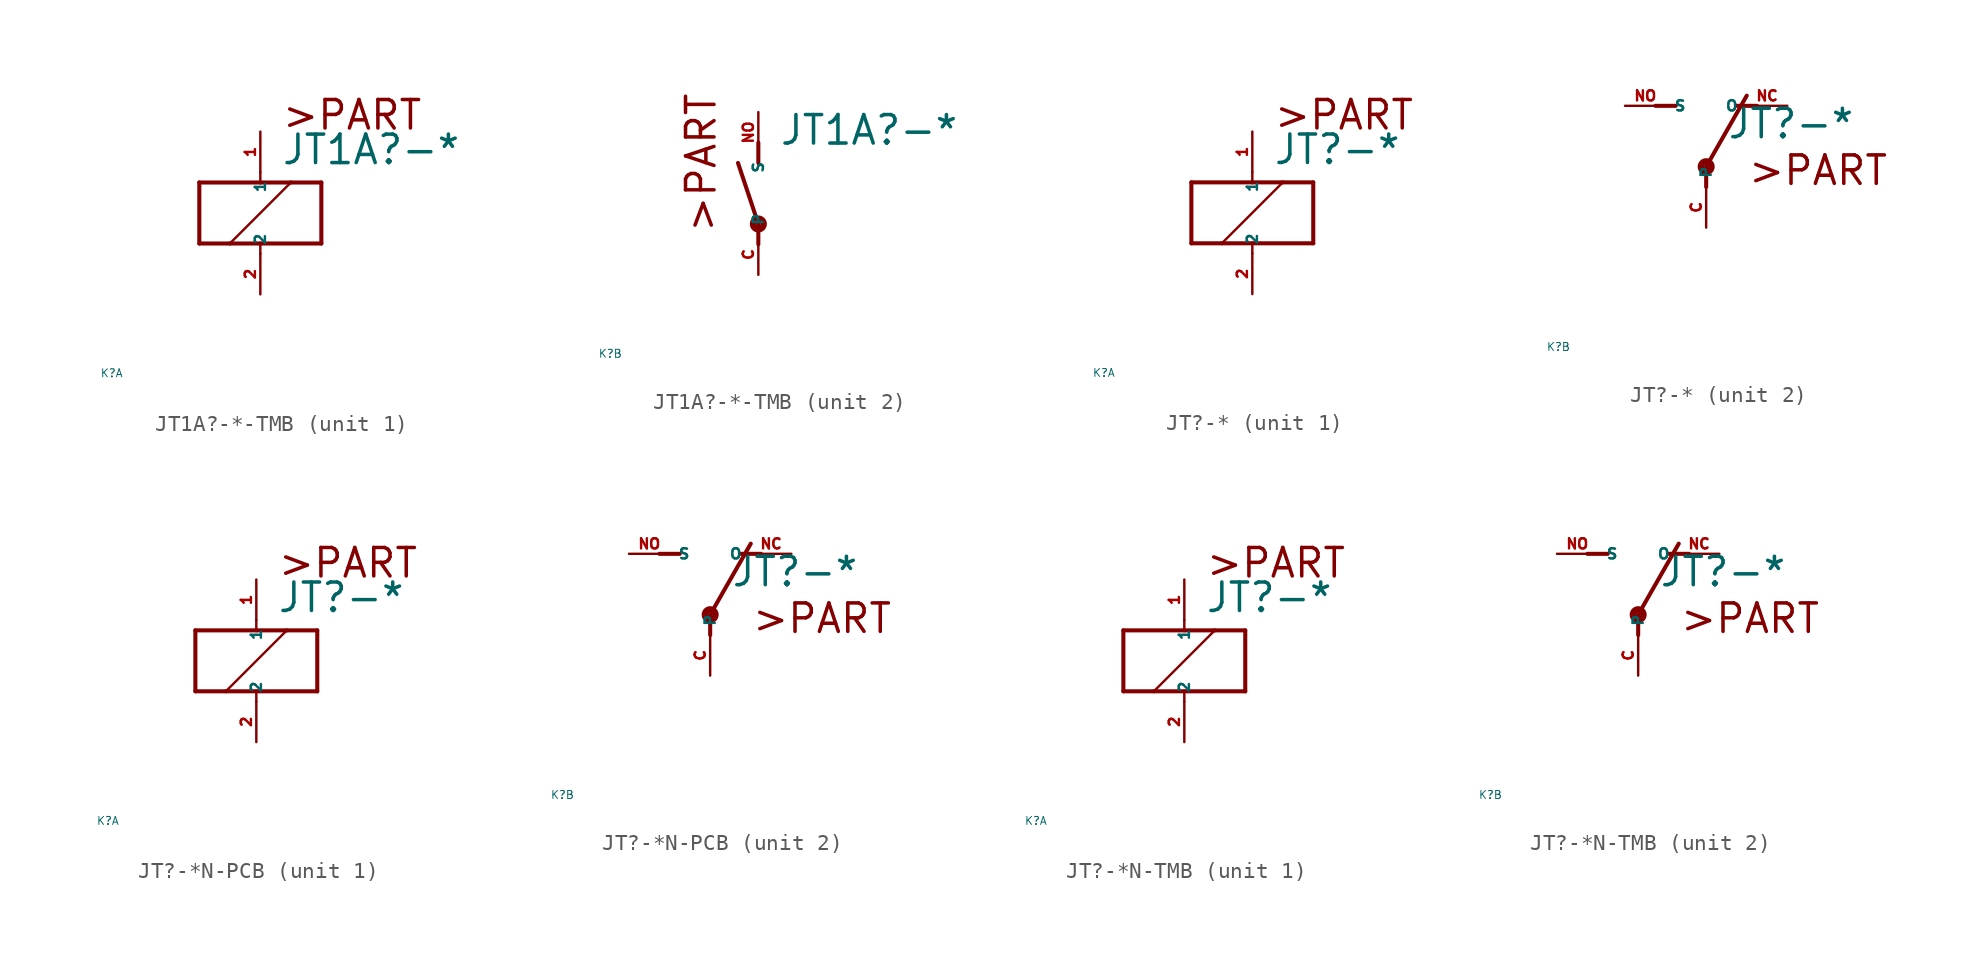
<source format=kicad_sym>
(kicad_symbol_lib
  (version 20220914)
  (generator Eagle2Kicad)
  (symbol "JT1A?-*-TMB"
    (property "Reference" "K"
      (at -10 -10 0)
      (effects (font (size 0.5 0.5) (thickness 0.06)) (justify left)))
    (property "Value" "JT1A?-*"
      (at 1.27 2.921 0)
      (effects (font (size 1.778 1.778) (thickness 0.22)) (justify left bottom)))
    (symbol "JT1A?-*-TMB_1_0"
      (polyline (pts (xy -3.81 -1.905) (xy -1.905 -1.905)) (stroke (width 0.254) (type default)) (fill (type none)))
      (polyline (pts (xy 3.81 -1.905) (xy 3.81 1.905)) (stroke (width 0.254) (type default)) (fill (type none)))
      (polyline (pts (xy 3.81 1.905) (xy 1.905 1.905)) (stroke (width 0.254) (type default)) (fill (type none)))
      (polyline (pts (xy -3.81 1.905) (xy -3.81 -1.905)) (stroke (width 0.254) (type default)) (fill (type none)))
      (polyline (pts (xy 0 -2.54) (xy 0 -1.905)) (stroke (width 0.152) (type default)) (fill (type none)))
      (polyline (pts (xy 0 -1.905) (xy 3.81 -1.905)) (stroke (width 0.254) (type default)) (fill (type none)))
      (polyline (pts (xy 0 2.54) (xy 0 1.905)) (stroke (width 0.152) (type default)) (fill (type none)))
      (polyline (pts (xy 0 1.905) (xy -3.81 1.905)) (stroke (width 0.254) (type default)) (fill (type none)))
      (polyline (pts (xy -1.905 -1.905) (xy 1.905 1.905)) (stroke (width 0.152) (type default)) (fill (type none)))
      (polyline (pts (xy -1.905 -1.905) (xy 0 -1.905)) (stroke (width 0.254) (type default)) (fill (type none)))
      (polyline (pts (xy 1.905 1.905) (xy 0 1.905)) (stroke (width 0.254) (type default)) (fill (type none)))
      (text ">PART" (at 1.27 5.08 0) (effects (font (size 1.778 1.778) (thickness 0.22)) (justify left bottom)))
      (pin passive line (at 0 -5.08 90) (length 2.54) (name "2" (effects (font (size 0.635 0.635) (thickness 0.08)) (justify left bottom))) (number "2" (effects (font (size 0.635 0.635) (thickness 0.08)) (justify left bottom))))
      (pin passive line (at 0 5.08 270) (length 2.54) (name "1" (effects (font (size 0.635 0.635) (thickness 0.08)) (justify left bottom))) (number "1" (effects (font (size 0.635 0.635) (thickness 0.08)) (justify left bottom)))))
    (symbol "JT1A?-*-TMB_2_0"
      (polyline (pts (xy 0 3.175) (xy 0 1.905)) (stroke (width 0.254) (type default)) (fill (type none)))
      (polyline (pts (xy 0 -3.175) (xy 0 -1.905)) (stroke (width 0.254) (type default)) (fill (type none)))
      (polyline (pts (xy 0 -1.905) (xy -1.27 1.905)) (stroke (width 0.254) (type default)) (fill (type none)))
      (text ">PART" (at -2.54 -2.54 900) (effects (font (size 1.778 1.778) (thickness 0.22)) (justify left bottom)))
      (circle (center 0 -1.905) (radius 0.127) (stroke (width 0.406) (type default)) (fill (type none)))
      (pin passive line (at 0 -5.08 90) (length 2.54) (name "P" (effects (font (size 0.635 0.635) (thickness 0.08)) (justify left bottom))) (number "C" (effects (font (size 0.635 0.635) (thickness 0.08)) (justify left bottom))))
      (pin passive line (at 0 5.08 270) (length 2.54) (name "S" (effects (font (size 0.635 0.635) (thickness 0.08)) (justify left bottom))) (number "NO" (effects (font (size 0.635 0.635) (thickness 0.08)) (justify left bottom))))))
  (symbol "JT?-*"
    (property "Reference" "K"
      (at -10 -10 0)
      (effects (font (size 0.5 0.5) (thickness 0.06)) (justify left)))
    (property "Value" "JT?-*"
      (at 1.27 2.921 0)
      (effects (font (size 1.778 1.778) (thickness 0.22)) (justify left bottom)))
    (symbol "JT?-*_1_0"
      (polyline (pts (xy -3.81 -1.905) (xy -1.905 -1.905)) (stroke (width 0.254) (type default)) (fill (type none)))
      (polyline (pts (xy 3.81 -1.905) (xy 3.81 1.905)) (stroke (width 0.254) (type default)) (fill (type none)))
      (polyline (pts (xy 3.81 1.905) (xy 1.905 1.905)) (stroke (width 0.254) (type default)) (fill (type none)))
      (polyline (pts (xy -3.81 1.905) (xy -3.81 -1.905)) (stroke (width 0.254) (type default)) (fill (type none)))
      (polyline (pts (xy 0 -2.54) (xy 0 -1.905)) (stroke (width 0.152) (type default)) (fill (type none)))
      (polyline (pts (xy 0 -1.905) (xy 3.81 -1.905)) (stroke (width 0.254) (type default)) (fill (type none)))
      (polyline (pts (xy 0 2.54) (xy 0 1.905)) (stroke (width 0.152) (type default)) (fill (type none)))
      (polyline (pts (xy 0 1.905) (xy -3.81 1.905)) (stroke (width 0.254) (type default)) (fill (type none)))
      (polyline (pts (xy -1.905 -1.905) (xy 1.905 1.905)) (stroke (width 0.152) (type default)) (fill (type none)))
      (polyline (pts (xy -1.905 -1.905) (xy 0 -1.905)) (stroke (width 0.254) (type default)) (fill (type none)))
      (polyline (pts (xy 1.905 1.905) (xy 0 1.905)) (stroke (width 0.254) (type default)) (fill (type none)))
      (text ">PART" (at 1.27 5.08 0) (effects (font (size 1.778 1.778) (thickness 0.22)) (justify left bottom)))
      (pin passive line (at 0 -5.08 90) (length 2.54) (name "2" (effects (font (size 0.635 0.635) (thickness 0.08)) (justify left bottom))) (number "2" (effects (font (size 0.635 0.635) (thickness 0.08)) (justify left bottom))))
      (pin passive line (at 0 5.08 270) (length 2.54) (name "1" (effects (font (size 0.635 0.635) (thickness 0.08)) (justify left bottom))) (number "1" (effects (font (size 0.635 0.635) (thickness 0.08)) (justify left bottom)))))
    (symbol "JT?-*_2_0"
      (polyline (pts (xy 3.175 5.08) (xy 1.905 5.08)) (stroke (width 0.254) (type default)) (fill (type none)))
      (polyline (pts (xy -3.175 5.08) (xy -1.905 5.08)) (stroke (width 0.254) (type default)) (fill (type none)))
      (polyline (pts (xy 0 1.27) (xy 2.54 5.715)) (stroke (width 0.254) (type default)) (fill (type none)))
      (polyline (pts (xy 0 1.27) (xy 0 0)) (stroke (width 0.254) (type default)) (fill (type none)))
      (text ">PART" (at 2.54 0 0) (effects (font (size 1.778 1.778) (thickness 0.22)) (justify left bottom)))
      (circle (center 0 1.27) (radius 0.127) (stroke (width 0.406) (type default)) (fill (type none)))
      (pin passive line (at 5.08 5.08 180) (length 2.54) (name "O" (effects (font (size 0.635 0.635) (thickness 0.08)) (justify left bottom))) (number "NC" (effects (font (size 0.635 0.635) (thickness 0.08)) (justify left bottom))))
      (pin passive line (at -5.08 5.08 0) (length 2.54) (name "S" (effects (font (size 0.635 0.635) (thickness 0.08)) (justify left bottom))) (number "NO" (effects (font (size 0.635 0.635) (thickness 0.08)) (justify left bottom))))
      (pin passive line (at 0 -2.54 90) (length 2.54) (name "P" (effects (font (size 0.635 0.635) (thickness 0.08)) (justify left bottom))) (number "C" (effects (font (size 0.635 0.635) (thickness 0.08)) (justify left bottom))))))
  (symbol "JT?-*N-PCB"
    (property "Reference" "K"
      (at -10 -10 0)
      (effects (font (size 0.5 0.5) (thickness 0.06)) (justify left)))
    (property "Value" "JT?-*"
      (at 1.27 2.921 0)
      (effects (font (size 1.778 1.778) (thickness 0.22)) (justify left bottom)))
    (symbol "JT?-*N-PCB_1_0"
      (polyline (pts (xy -3.81 -1.905) (xy -1.905 -1.905)) (stroke (width 0.254) (type default)) (fill (type none)))
      (polyline (pts (xy 3.81 -1.905) (xy 3.81 1.905)) (stroke (width 0.254) (type default)) (fill (type none)))
      (polyline (pts (xy 3.81 1.905) (xy 1.905 1.905)) (stroke (width 0.254) (type default)) (fill (type none)))
      (polyline (pts (xy -3.81 1.905) (xy -3.81 -1.905)) (stroke (width 0.254) (type default)) (fill (type none)))
      (polyline (pts (xy 0 -2.54) (xy 0 -1.905)) (stroke (width 0.152) (type default)) (fill (type none)))
      (polyline (pts (xy 0 -1.905) (xy 3.81 -1.905)) (stroke (width 0.254) (type default)) (fill (type none)))
      (polyline (pts (xy 0 2.54) (xy 0 1.905)) (stroke (width 0.152) (type default)) (fill (type none)))
      (polyline (pts (xy 0 1.905) (xy -3.81 1.905)) (stroke (width 0.254) (type default)) (fill (type none)))
      (polyline (pts (xy -1.905 -1.905) (xy 1.905 1.905)) (stroke (width 0.152) (type default)) (fill (type none)))
      (polyline (pts (xy -1.905 -1.905) (xy 0 -1.905)) (stroke (width 0.254) (type default)) (fill (type none)))
      (polyline (pts (xy 1.905 1.905) (xy 0 1.905)) (stroke (width 0.254) (type default)) (fill (type none)))
      (text ">PART" (at 1.27 5.08 0) (effects (font (size 1.778 1.778) (thickness 0.22)) (justify left bottom)))
      (pin passive line (at 0 -5.08 90) (length 2.54) (name "2" (effects (font (size 0.635 0.635) (thickness 0.08)) (justify left bottom))) (number "2" (effects (font (size 0.635 0.635) (thickness 0.08)) (justify left bottom))))
      (pin passive line (at 0 5.08 270) (length 2.54) (name "1" (effects (font (size 0.635 0.635) (thickness 0.08)) (justify left bottom))) (number "1" (effects (font (size 0.635 0.635) (thickness 0.08)) (justify left bottom)))))
    (symbol "JT?-*N-PCB_2_0"
      (polyline (pts (xy 3.175 5.08) (xy 1.905 5.08)) (stroke (width 0.254) (type default)) (fill (type none)))
      (polyline (pts (xy -3.175 5.08) (xy -1.905 5.08)) (stroke (width 0.254) (type default)) (fill (type none)))
      (polyline (pts (xy 0 1.27) (xy 2.54 5.715)) (stroke (width 0.254) (type default)) (fill (type none)))
      (polyline (pts (xy 0 1.27) (xy 0 0)) (stroke (width 0.254) (type default)) (fill (type none)))
      (text ">PART" (at 2.54 0 0) (effects (font (size 1.778 1.778) (thickness 0.22)) (justify left bottom)))
      (circle (center 0 1.27) (radius 0.127) (stroke (width 0.406) (type default)) (fill (type none)))
      (pin passive line (at 5.08 5.08 180) (length 2.54) (name "O" (effects (font (size 0.635 0.635) (thickness 0.08)) (justify left bottom))) (number "NC" (effects (font (size 0.635 0.635) (thickness 0.08)) (justify left bottom))))
      (pin passive line (at -5.08 5.08 0) (length 2.54) (name "S" (effects (font (size 0.635 0.635) (thickness 0.08)) (justify left bottom))) (number "NO" (effects (font (size 0.635 0.635) (thickness 0.08)) (justify left bottom))))
      (pin passive line (at 0 -2.54 90) (length 2.54) (name "P" (effects (font (size 0.635 0.635) (thickness 0.08)) (justify left bottom))) (number "C" (effects (font (size 0.635 0.635) (thickness 0.08)) (justify left bottom))))))
  (symbol "JT?-*N-TMB"
    (property "Reference" "K"
      (at -10 -10 0)
      (effects (font (size 0.5 0.5) (thickness 0.06)) (justify left)))
    (property "Value" "JT?-*"
      (at 1.27 2.921 0)
      (effects (font (size 1.778 1.778) (thickness 0.22)) (justify left bottom)))
    (symbol "JT?-*N-TMB_1_0"
      (polyline (pts (xy -3.81 -1.905) (xy -1.905 -1.905)) (stroke (width 0.254) (type default)) (fill (type none)))
      (polyline (pts (xy 3.81 -1.905) (xy 3.81 1.905)) (stroke (width 0.254) (type default)) (fill (type none)))
      (polyline (pts (xy 3.81 1.905) (xy 1.905 1.905)) (stroke (width 0.254) (type default)) (fill (type none)))
      (polyline (pts (xy -3.81 1.905) (xy -3.81 -1.905)) (stroke (width 0.254) (type default)) (fill (type none)))
      (polyline (pts (xy 0 -2.54) (xy 0 -1.905)) (stroke (width 0.152) (type default)) (fill (type none)))
      (polyline (pts (xy 0 -1.905) (xy 3.81 -1.905)) (stroke (width 0.254) (type default)) (fill (type none)))
      (polyline (pts (xy 0 2.54) (xy 0 1.905)) (stroke (width 0.152) (type default)) (fill (type none)))
      (polyline (pts (xy 0 1.905) (xy -3.81 1.905)) (stroke (width 0.254) (type default)) (fill (type none)))
      (polyline (pts (xy -1.905 -1.905) (xy 1.905 1.905)) (stroke (width 0.152) (type default)) (fill (type none)))
      (polyline (pts (xy -1.905 -1.905) (xy 0 -1.905)) (stroke (width 0.254) (type default)) (fill (type none)))
      (polyline (pts (xy 1.905 1.905) (xy 0 1.905)) (stroke (width 0.254) (type default)) (fill (type none)))
      (text ">PART" (at 1.27 5.08 0) (effects (font (size 1.778 1.778) (thickness 0.22)) (justify left bottom)))
      (pin passive line (at 0 -5.08 90) (length 2.54) (name "2" (effects (font (size 0.635 0.635) (thickness 0.08)) (justify left bottom))) (number "2" (effects (font (size 0.635 0.635) (thickness 0.08)) (justify left bottom))))
      (pin passive line (at 0 5.08 270) (length 2.54) (name "1" (effects (font (size 0.635 0.635) (thickness 0.08)) (justify left bottom))) (number "1" (effects (font (size 0.635 0.635) (thickness 0.08)) (justify left bottom)))))
    (symbol "JT?-*N-TMB_2_0"
      (polyline (pts (xy 3.175 5.08) (xy 1.905 5.08)) (stroke (width 0.254) (type default)) (fill (type none)))
      (polyline (pts (xy -3.175 5.08) (xy -1.905 5.08)) (stroke (width 0.254) (type default)) (fill (type none)))
      (polyline (pts (xy 0 1.27) (xy 2.54 5.715)) (stroke (width 0.254) (type default)) (fill (type none)))
      (polyline (pts (xy 0 1.27) (xy 0 0)) (stroke (width 0.254) (type default)) (fill (type none)))
      (text ">PART" (at 2.54 0 0) (effects (font (size 1.778 1.778) (thickness 0.22)) (justify left bottom)))
      (circle (center 0 1.27) (radius 0.127) (stroke (width 0.406) (type default)) (fill (type none)))
      (pin passive line (at 5.08 5.08 180) (length 2.54) (name "O" (effects (font (size 0.635 0.635) (thickness 0.08)) (justify left bottom))) (number "NC" (effects (font (size 0.635 0.635) (thickness 0.08)) (justify left bottom))))
      (pin passive line (at -5.08 5.08 0) (length 2.54) (name "S" (effects (font (size 0.635 0.635) (thickness 0.08)) (justify left bottom))) (number "NO" (effects (font (size 0.635 0.635) (thickness 0.08)) (justify left bottom))))
      (pin passive line (at 0 -2.54 90) (length 2.54) (name "P" (effects (font (size 0.635 0.635) (thickness 0.08)) (justify left bottom))) (number "C" (effects (font (size 0.635 0.635) (thickness 0.08)) (justify left bottom)))))))
</source>
